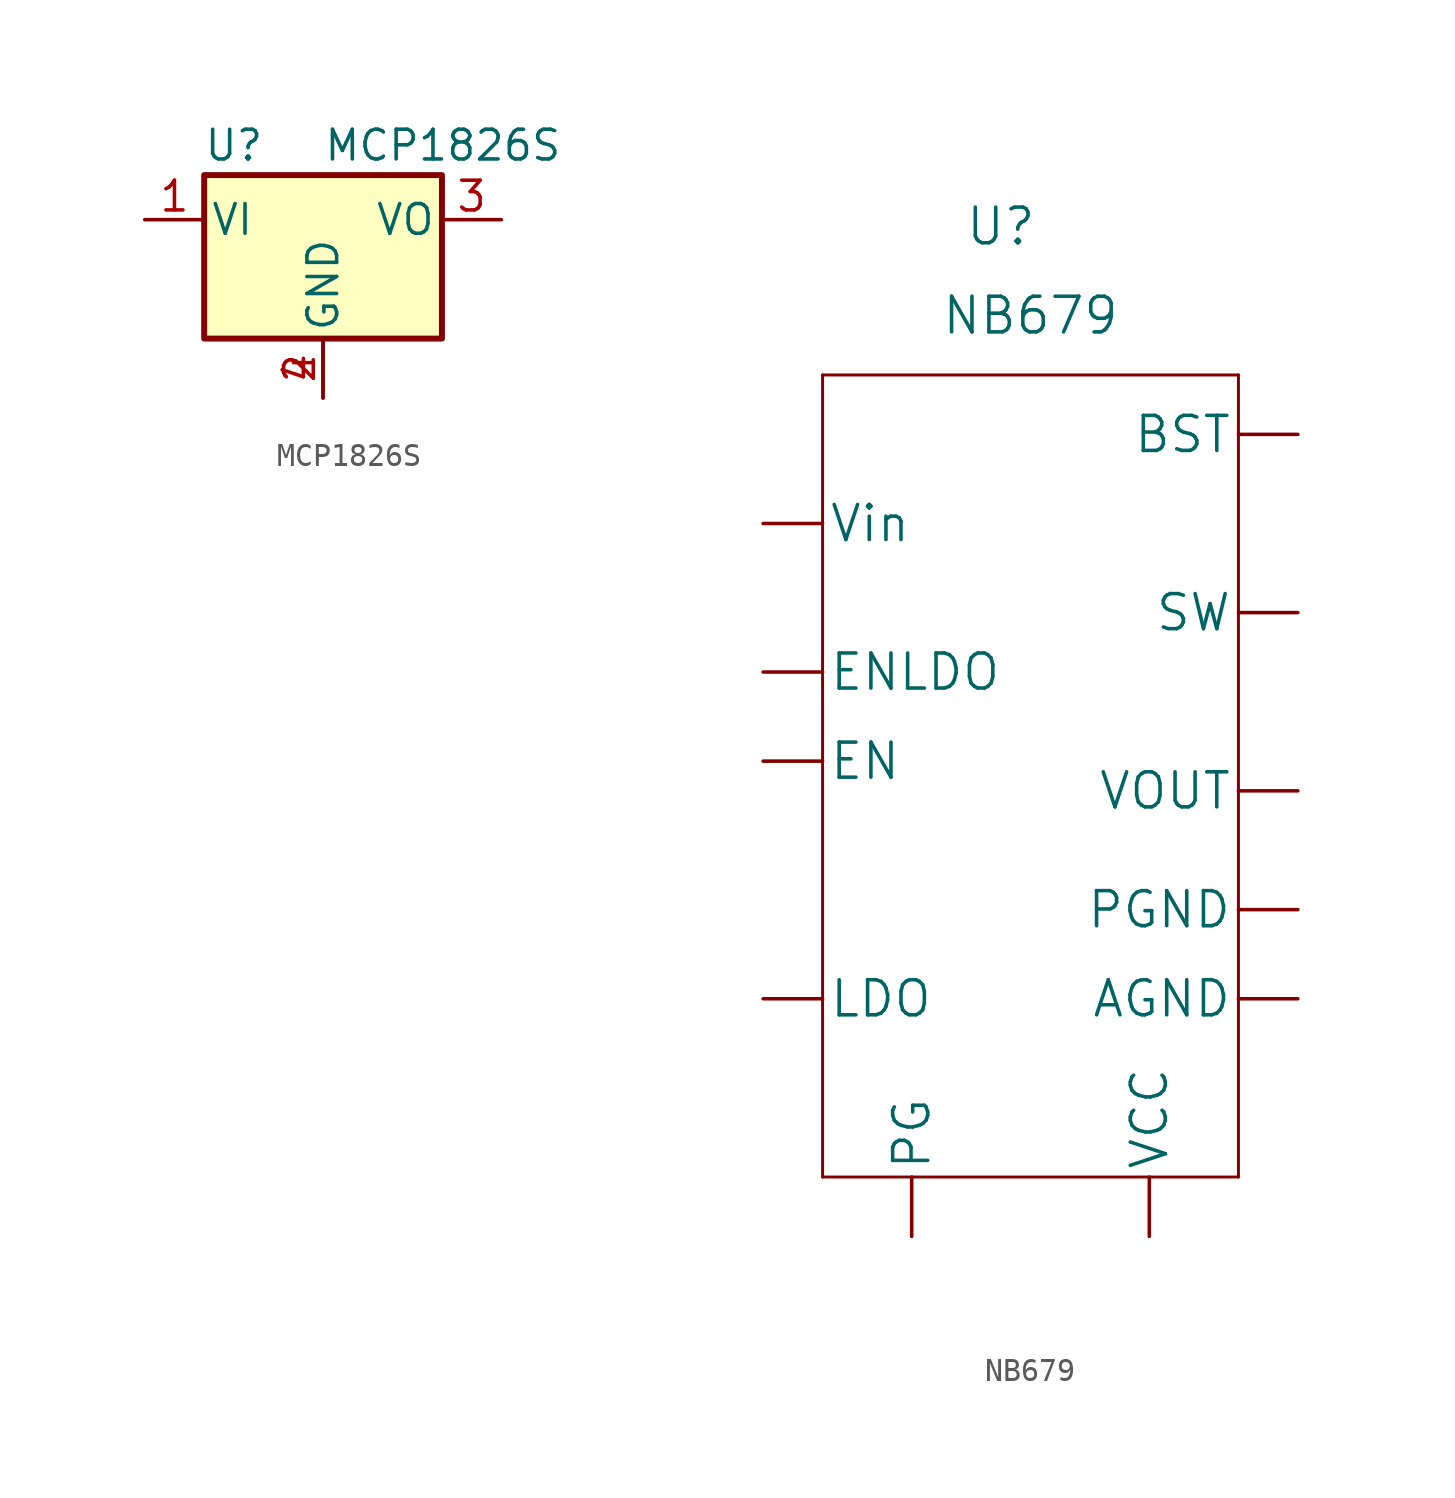
<source format=kicad_sym>
(kicad_symbol_lib
  (version 20220914)
  (generator kicad_symbol_editor)
  (symbol "MCP1826S"
    (pin_names
      (offset 0.254))
    (property "Reference" "U"
      (at -3.81 3.175 0)
      (effects (font (size 1.27 1.27))))
    (property "Value" "MCP1826S"
      (at 0 3.175 0)
      (effects (font (size 1.27 1.27)) (justify left)))
    (symbol "MCP1826S_0_0"
      (pin power_in line (at 0 -7.62 90) (length 2.54) (name "~" (effects (font (size 1.27 1.27)))) (number "4" (effects (font (size 1.27 1.27))))))
    (symbol "MCP1826S_0_1"
      (rectangle (start -5.08 1.905) (end 5.08 -5.08) (stroke (width 0.254) (type default)) (fill (type background))))
    (symbol "MCP1826S_1_1"
      (pin power_in line (at -7.62 0 0) (length 2.54) (name "VI" (effects (font (size 1.27 1.27)))) (number "1" (effects (font (size 1.27 1.27)))))
      (pin power_in line (at 0 -7.62 90) (length 2.54) (name "GND" (effects (font (size 1.27 1.27)))) (number "2" (effects (font (size 1.27 1.27)))))
      (pin power_out line (at 7.62 0 180) (length 2.54) (name "VO" (effects (font (size 1.27 1.27)))) (number "3" (effects (font (size 1.27 1.27)))))))
  (symbol "NB679"
    (pin_numbers hide)
    (pin_names
      (offset 0.254))
    (property "Reference" "U"
      (at 15.24 13.97 0)
      (effects (font (size 1.524 1.524))))
    (property "Value" "NB679"
      (at 16.51 10.16 0)
      (effects (font (size 1.524 1.524))))
    (symbol "NB679_1_1"
      (polyline (pts (xy 7.62 -26.67) (xy 25.4 -26.67)) (stroke (width 0.127) (type default)) (fill (type none)))
      (polyline (pts (xy 7.62 7.62) (xy 7.62 -26.67)) (stroke (width 0.127) (type default)) (fill (type none)))
      (polyline (pts (xy 25.4 -26.67) (xy 25.4 7.62)) (stroke (width 0.127) (type default)) (fill (type none)))
      (polyline (pts (xy 25.4 7.62) (xy 7.62 7.62)) (stroke (width 0.127) (type default)) (fill (type none)))
      (pin unspecified line (at 5.08 1.27 0) (length 2.54) (name "Vin" (effects (font (size 1.499 1.499)))) (number "1" (effects (font (size 1.499 1.499)))))
      (pin power_in line (at 27.94 -19.05 180) (length 2.54) (name "AGND" (effects (font (size 1.499 1.499)))) (number "10" (effects (font (size 1.499 1.499)))))
      (pin unspecified line (at 5.08 -8.89 0) (length 2.54) (name "EN" (effects (font (size 1.499 1.499)))) (number "11" (effects (font (size 1.499 1.499)))))
      (pin unspecified line (at 5.08 -5.08 0) (length 2.54) (name "ENLDO" (effects (font (size 1.499 1.499)))) (number "12" (effects (font (size 1.499 1.499)))))
      (pin power_in line (at 27.94 -15.24 180) (length 2.54) (name "PGND" (effects (font (size 1.499 1.499)))) (number "2" (effects (font (size 1.499 1.499)))))
      (pin unspecified line (at 11.43 -29.21 90) (length 2.54) (name "PG" (effects (font (size 1.499 1.499)))) (number "3" (effects (font (size 1.499 1.499)))))
      (pin no_connect line (at 5.08 -15.24 0) (length 2.54) hide (name "NC" (effects (font (size 1.499 1.499)))) (number "4" (effects (font (size 1.499 1.499)))))
      (pin output line (at 27.94 -10.16 180) (length 2.54) (name "VOUT" (effects (font (size 1.499 1.499)))) (number "5" (effects (font (size 1.499 1.499)))))
      (pin unspecified line (at 5.08 -19.05 0) (length 2.54) (name "LDO" (effects (font (size 1.499 1.499)))) (number "6" (effects (font (size 1.499 1.499)))))
      (pin unspecified line (at 27.94 -2.54 180) (length 2.54) (name "SW" (effects (font (size 1.499 1.499)))) (number "7" (effects (font (size 1.499 1.499)))))
      (pin unspecified line (at 27.94 5.08 180) (length 2.54) (name "BST" (effects (font (size 1.499 1.499)))) (number "8" (effects (font (size 1.499 1.499)))))
      (pin power_in line (at 21.59 -29.21 90) (length 2.54) (name "VCC" (effects (font (size 1.499 1.499)))) (number "9" (effects (font (size 1.499 1.499))))))))
</source>
